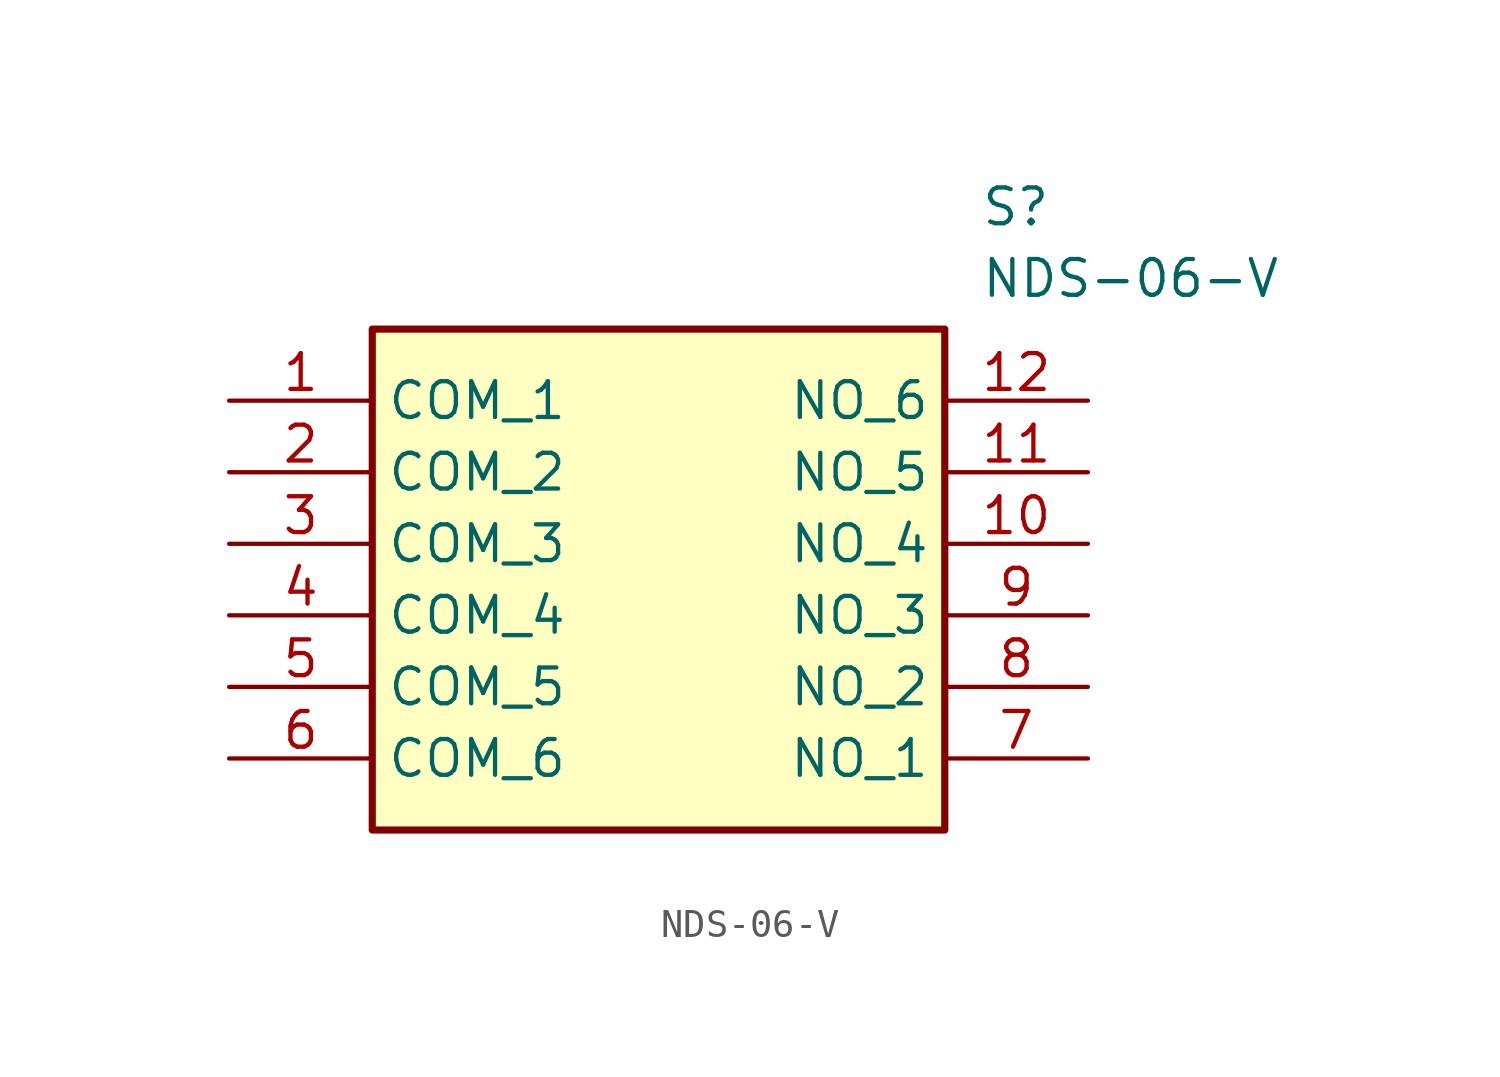
<source format=kicad_sym>
(kicad_symbol_lib
  (version 20231120)
  (generator "kicad_symbol_editor")
  (generator_version "8.0")
  (symbol "NDS-06-V"
    (property "Reference" "S"
      (at 26.67 7.62 0)
      (effects (font (size 1.27 1.27)) (justify left top)))
    (property "Value" "NDS-06-V"
      (at 26.67 5.08 0)
      (effects (font (size 1.27 1.27)) (justify left top)))
    (symbol "NDS-06-V_1_1"
      (rectangle (start 5.08 2.54) (end 25.4 -15.24) (stroke (width 0.254) (type default)) (fill (type background)))
      (pin passive line (at 0 0 0) (length 5.08) (name "COM_1" (effects (font (size 1.27 1.27)))) (number "1" (effects (font (size 1.27 1.27)))))
      (pin passive line (at 30.48 -5.08 180) (length 5.08) (name "NO_4" (effects (font (size 1.27 1.27)))) (number "10" (effects (font (size 1.27 1.27)))))
      (pin passive line (at 30.48 -2.54 180) (length 5.08) (name "NO_5" (effects (font (size 1.27 1.27)))) (number "11" (effects (font (size 1.27 1.27)))))
      (pin passive line (at 30.48 0 180) (length 5.08) (name "NO_6" (effects (font (size 1.27 1.27)))) (number "12" (effects (font (size 1.27 1.27)))))
      (pin passive line (at 0 -2.54 0) (length 5.08) (name "COM_2" (effects (font (size 1.27 1.27)))) (number "2" (effects (font (size 1.27 1.27)))))
      (pin passive line (at 0 -5.08 0) (length 5.08) (name "COM_3" (effects (font (size 1.27 1.27)))) (number "3" (effects (font (size 1.27 1.27)))))
      (pin passive line (at 0 -7.62 0) (length 5.08) (name "COM_4" (effects (font (size 1.27 1.27)))) (number "4" (effects (font (size 1.27 1.27)))))
      (pin passive line (at 0 -10.16 0) (length 5.08) (name "COM_5" (effects (font (size 1.27 1.27)))) (number "5" (effects (font (size 1.27 1.27)))))
      (pin passive line (at 0 -12.7 0) (length 5.08) (name "COM_6" (effects (font (size 1.27 1.27)))) (number "6" (effects (font (size 1.27 1.27)))))
      (pin passive line (at 30.48 -12.7 180) (length 5.08) (name "NO_1" (effects (font (size 1.27 1.27)))) (number "7" (effects (font (size 1.27 1.27)))))
      (pin passive line (at 30.48 -10.16 180) (length 5.08) (name "NO_2" (effects (font (size 1.27 1.27)))) (number "8" (effects (font (size 1.27 1.27)))))
      (pin passive line (at 30.48 -7.62 180) (length 5.08) (name "NO_3" (effects (font (size 1.27 1.27)))) (number "9" (effects (font (size 1.27 1.27))))))))
</source>
